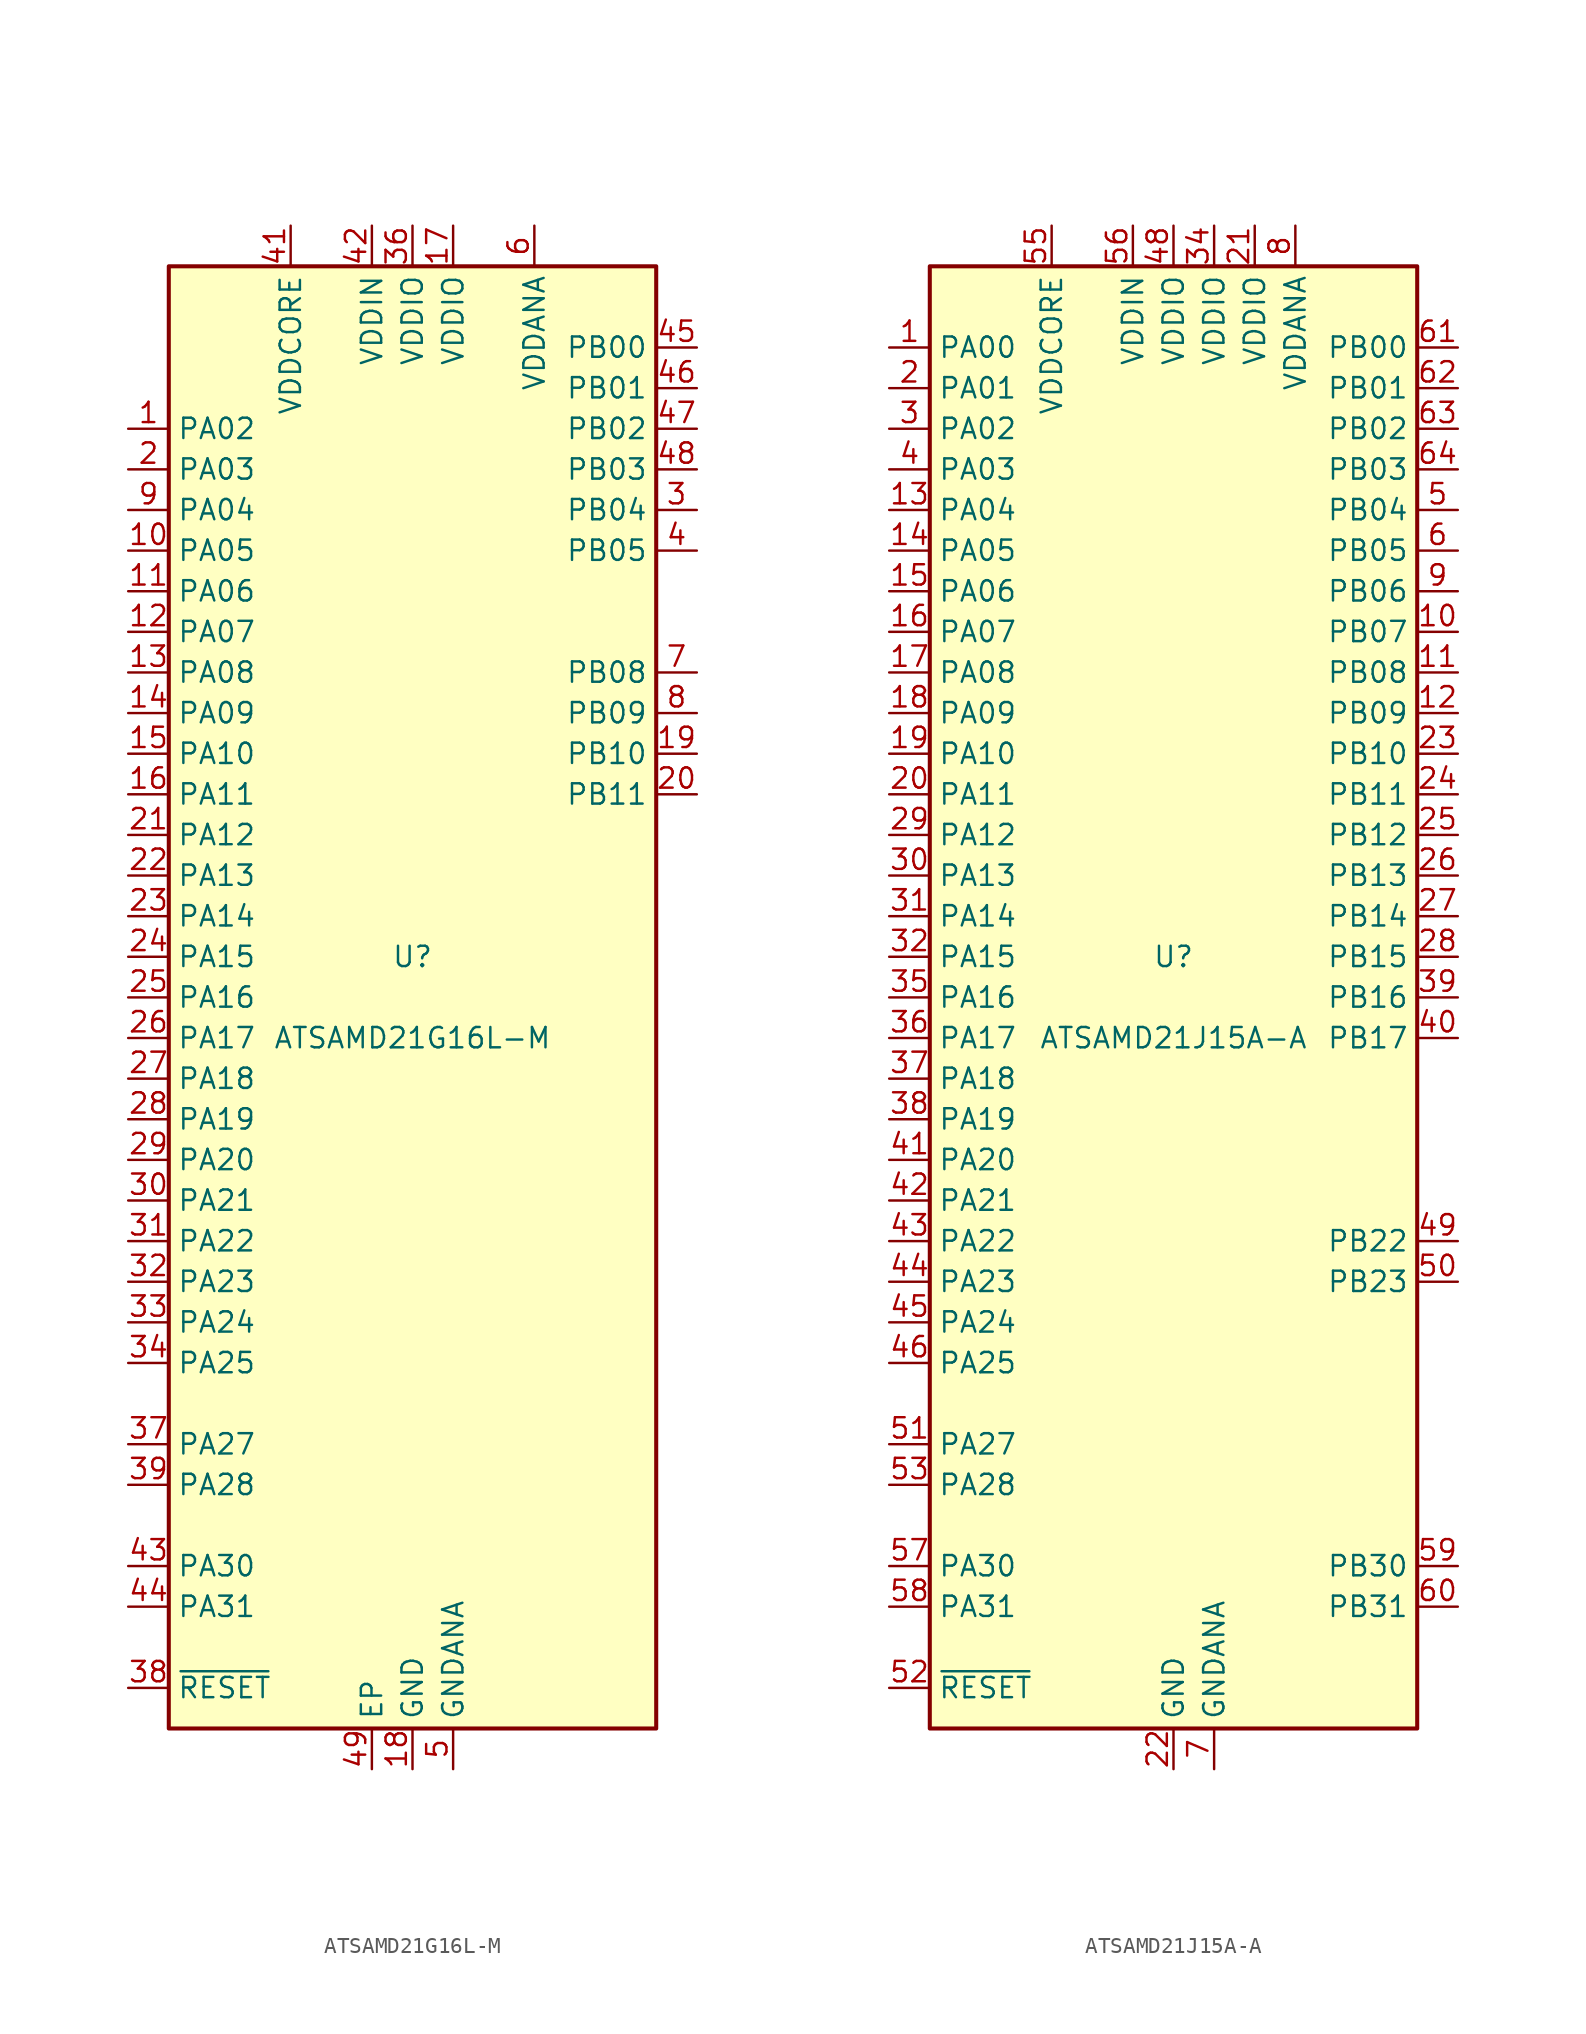
<source format=kicad_sym>
(kicad_symbol_lib
  (version 20231120)
  (generator "kicad_symbol_editor")
  (generator_version "8.0")
  (symbol "ATSAMD21G16L-M"
    (property "Reference" "U"
      (at 0 2.54 0)
      (effects (font (size 1.27 1.27))))
    (property "Value" "ATSAMD21G16L-M"
      (at 0 -2.54 0)
      (effects (font (size 1.27 1.27))))
    (symbol "ATSAMD21G16L-M_0_1"
      (rectangle (start -15.24 45.72) (end 15.24 -45.72) (stroke (width 0.254) (type default)) (fill (type background))))
    (symbol "ATSAMD21G16L-M_1_1"
      (pin bidirectional line (at -17.78 35.56 0) (length 2.54) (name "PA02" (effects (font (size 1.27 1.27)))) (number "1" (effects (font (size 1.27 1.27)))))
      (pin bidirectional line (at -17.78 27.94 0) (length 2.54) (name "PA05" (effects (font (size 1.27 1.27)))) (number "10" (effects (font (size 1.27 1.27)))))
      (pin bidirectional line (at -17.78 25.4 0) (length 2.54) (name "PA06" (effects (font (size 1.27 1.27)))) (number "11" (effects (font (size 1.27 1.27)))))
      (pin bidirectional line (at -17.78 22.86 0) (length 2.54) (name "PA07" (effects (font (size 1.27 1.27)))) (number "12" (effects (font (size 1.27 1.27)))))
      (pin bidirectional line (at -17.78 20.32 0) (length 2.54) (name "PA08" (effects (font (size 1.27 1.27)))) (number "13" (effects (font (size 1.27 1.27)))))
      (pin bidirectional line (at -17.78 17.78 0) (length 2.54) (name "PA09" (effects (font (size 1.27 1.27)))) (number "14" (effects (font (size 1.27 1.27)))))
      (pin bidirectional line (at -17.78 15.24 0) (length 2.54) (name "PA10" (effects (font (size 1.27 1.27)))) (number "15" (effects (font (size 1.27 1.27)))))
      (pin bidirectional line (at -17.78 12.7 0) (length 2.54) (name "PA11" (effects (font (size 1.27 1.27)))) (number "16" (effects (font (size 1.27 1.27)))))
      (pin power_in line (at 2.54 48.26 270) (length 2.54) (name "VDDIO" (effects (font (size 1.27 1.27)))) (number "17" (effects (font (size 1.27 1.27)))))
      (pin power_in line (at 0 -48.26 90) (length 2.54) (name "GND" (effects (font (size 1.27 1.27)))) (number "18" (effects (font (size 1.27 1.27)))))
      (pin bidirectional line (at 17.78 15.24 180) (length 2.54) (name "PB10" (effects (font (size 1.27 1.27)))) (number "19" (effects (font (size 1.27 1.27)))))
      (pin bidirectional line (at -17.78 33.02 0) (length 2.54) (name "PA03" (effects (font (size 1.27 1.27)))) (number "2" (effects (font (size 1.27 1.27)))))
      (pin bidirectional line (at 17.78 12.7 180) (length 2.54) (name "PB11" (effects (font (size 1.27 1.27)))) (number "20" (effects (font (size 1.27 1.27)))))
      (pin bidirectional line (at -17.78 10.16 0) (length 2.54) (name "PA12" (effects (font (size 1.27 1.27)))) (number "21" (effects (font (size 1.27 1.27)))))
      (pin bidirectional line (at -17.78 7.62 0) (length 2.54) (name "PA13" (effects (font (size 1.27 1.27)))) (number "22" (effects (font (size 1.27 1.27)))))
      (pin bidirectional line (at -17.78 5.08 0) (length 2.54) (name "PA14" (effects (font (size 1.27 1.27)))) (number "23" (effects (font (size 1.27 1.27)))))
      (pin bidirectional line (at -17.78 2.54 0) (length 2.54) (name "PA15" (effects (font (size 1.27 1.27)))) (number "24" (effects (font (size 1.27 1.27)))))
      (pin bidirectional line (at -17.78 0 0) (length 2.54) (name "PA16" (effects (font (size 1.27 1.27)))) (number "25" (effects (font (size 1.27 1.27)))))
      (pin bidirectional line (at -17.78 -2.54 0) (length 2.54) (name "PA17" (effects (font (size 1.27 1.27)))) (number "26" (effects (font (size 1.27 1.27)))))
      (pin bidirectional line (at -17.78 -5.08 0) (length 2.54) (name "PA18" (effects (font (size 1.27 1.27)))) (number "27" (effects (font (size 1.27 1.27)))))
      (pin bidirectional line (at -17.78 -7.62 0) (length 2.54) (name "PA19" (effects (font (size 1.27 1.27)))) (number "28" (effects (font (size 1.27 1.27)))))
      (pin bidirectional line (at -17.78 -10.16 0) (length 2.54) (name "PA20" (effects (font (size 1.27 1.27)))) (number "29" (effects (font (size 1.27 1.27)))))
      (pin bidirectional line (at 17.78 30.48 180) (length 2.54) (name "PB04" (effects (font (size 1.27 1.27)))) (number "3" (effects (font (size 1.27 1.27)))))
      (pin bidirectional line (at -17.78 -12.7 0) (length 2.54) (name "PA21" (effects (font (size 1.27 1.27)))) (number "30" (effects (font (size 1.27 1.27)))))
      (pin bidirectional line (at -17.78 -15.24 0) (length 2.54) (name "PA22" (effects (font (size 1.27 1.27)))) (number "31" (effects (font (size 1.27 1.27)))))
      (pin bidirectional line (at -17.78 -17.78 0) (length 2.54) (name "PA23" (effects (font (size 1.27 1.27)))) (number "32" (effects (font (size 1.27 1.27)))))
      (pin bidirectional line (at -17.78 -20.32 0) (length 2.54) (name "PA24" (effects (font (size 1.27 1.27)))) (number "33" (effects (font (size 1.27 1.27)))))
      (pin bidirectional line (at -17.78 -22.86 0) (length 2.54) (name "PA25" (effects (font (size 1.27 1.27)))) (number "34" (effects (font (size 1.27 1.27)))))
      (pin passive line (at 0 -48.26 90) (length 2.54) hide (name "GND" (effects (font (size 1.27 1.27)))) (number "35" (effects (font (size 1.27 1.27)))))
      (pin power_in line (at 0 48.26 270) (length 2.54) (name "VDDIO" (effects (font (size 1.27 1.27)))) (number "36" (effects (font (size 1.27 1.27)))))
      (pin bidirectional line (at -17.78 -27.94 0) (length 2.54) (name "PA27" (effects (font (size 1.27 1.27)))) (number "37" (effects (font (size 1.27 1.27)))))
      (pin input line (at -17.78 -43.18 0) (length 2.54) (name "~{RESET}" (effects (font (size 1.27 1.27)))) (number "38" (effects (font (size 1.27 1.27)))))
      (pin bidirectional line (at -17.78 -30.48 0) (length 2.54) (name "PA28" (effects (font (size 1.27 1.27)))) (number "39" (effects (font (size 1.27 1.27)))))
      (pin bidirectional line (at 17.78 27.94 180) (length 2.54) (name "PB05" (effects (font (size 1.27 1.27)))) (number "4" (effects (font (size 1.27 1.27)))))
      (pin passive line (at 0 -48.26 90) (length 2.54) hide (name "GND" (effects (font (size 1.27 1.27)))) (number "40" (effects (font (size 1.27 1.27)))))
      (pin power_out line (at -7.62 48.26 270) (length 2.54) (name "VDDCORE" (effects (font (size 1.27 1.27)))) (number "41" (effects (font (size 1.27 1.27)))))
      (pin power_in line (at -2.54 48.26 270) (length 2.54) (name "VDDIN" (effects (font (size 1.27 1.27)))) (number "42" (effects (font (size 1.27 1.27)))))
      (pin bidirectional line (at -17.78 -35.56 0) (length 2.54) (name "PA30" (effects (font (size 1.27 1.27)))) (number "43" (effects (font (size 1.27 1.27)))))
      (pin bidirectional line (at -17.78 -38.1 0) (length 2.54) (name "PA31" (effects (font (size 1.27 1.27)))) (number "44" (effects (font (size 1.27 1.27)))))
      (pin bidirectional line (at 17.78 40.64 180) (length 2.54) (name "PB00" (effects (font (size 1.27 1.27)))) (number "45" (effects (font (size 1.27 1.27)))))
      (pin bidirectional line (at 17.78 38.1 180) (length 2.54) (name "PB01" (effects (font (size 1.27 1.27)))) (number "46" (effects (font (size 1.27 1.27)))))
      (pin bidirectional line (at 17.78 35.56 180) (length 2.54) (name "PB02" (effects (font (size 1.27 1.27)))) (number "47" (effects (font (size 1.27 1.27)))))
      (pin bidirectional line (at 17.78 33.02 180) (length 2.54) (name "PB03" (effects (font (size 1.27 1.27)))) (number "48" (effects (font (size 1.27 1.27)))))
      (pin passive line (at -2.54 -48.26 90) (length 2.54) (name "EP" (effects (font (size 1.27 1.27)))) (number "49" (effects (font (size 1.27 1.27)))))
      (pin power_in line (at 2.54 -48.26 90) (length 2.54) (name "GNDANA" (effects (font (size 1.27 1.27)))) (number "5" (effects (font (size 1.27 1.27)))))
      (pin power_in line (at 7.62 48.26 270) (length 2.54) (name "VDDANA" (effects (font (size 1.27 1.27)))) (number "6" (effects (font (size 1.27 1.27)))))
      (pin bidirectional line (at 17.78 20.32 180) (length 2.54) (name "PB08" (effects (font (size 1.27 1.27)))) (number "7" (effects (font (size 1.27 1.27)))))
      (pin bidirectional line (at 17.78 17.78 180) (length 2.54) (name "PB09" (effects (font (size 1.27 1.27)))) (number "8" (effects (font (size 1.27 1.27)))))
      (pin bidirectional line (at -17.78 30.48 0) (length 2.54) (name "PA04" (effects (font (size 1.27 1.27)))) (number "9" (effects (font (size 1.27 1.27)))))))
  (symbol "ATSAMD21J15A-A"
    (property "Reference" "U"
      (at 0 2.54 0)
      (effects (font (size 1.27 1.27))))
    (property "Value" "ATSAMD21J15A-A"
      (at 0 -2.54 0)
      (effects (font (size 1.27 1.27))))
    (symbol "ATSAMD21J15A-A_0_1"
      (rectangle (start -15.24 45.72) (end 15.24 -45.72) (stroke (width 0.254) (type default)) (fill (type background))))
    (symbol "ATSAMD21J15A-A_1_1"
      (pin bidirectional line (at -17.78 40.64 0) (length 2.54) (name "PA00" (effects (font (size 1.27 1.27)))) (number "1" (effects (font (size 1.27 1.27)))))
      (pin bidirectional line (at 17.78 22.86 180) (length 2.54) (name "PB07" (effects (font (size 1.27 1.27)))) (number "10" (effects (font (size 1.27 1.27)))))
      (pin bidirectional line (at 17.78 20.32 180) (length 2.54) (name "PB08" (effects (font (size 1.27 1.27)))) (number "11" (effects (font (size 1.27 1.27)))))
      (pin bidirectional line (at 17.78 17.78 180) (length 2.54) (name "PB09" (effects (font (size 1.27 1.27)))) (number "12" (effects (font (size 1.27 1.27)))))
      (pin bidirectional line (at -17.78 30.48 0) (length 2.54) (name "PA04" (effects (font (size 1.27 1.27)))) (number "13" (effects (font (size 1.27 1.27)))))
      (pin bidirectional line (at -17.78 27.94 0) (length 2.54) (name "PA05" (effects (font (size 1.27 1.27)))) (number "14" (effects (font (size 1.27 1.27)))))
      (pin bidirectional line (at -17.78 25.4 0) (length 2.54) (name "PA06" (effects (font (size 1.27 1.27)))) (number "15" (effects (font (size 1.27 1.27)))))
      (pin bidirectional line (at -17.78 22.86 0) (length 2.54) (name "PA07" (effects (font (size 1.27 1.27)))) (number "16" (effects (font (size 1.27 1.27)))))
      (pin bidirectional line (at -17.78 20.32 0) (length 2.54) (name "PA08" (effects (font (size 1.27 1.27)))) (number "17" (effects (font (size 1.27 1.27)))))
      (pin bidirectional line (at -17.78 17.78 0) (length 2.54) (name "PA09" (effects (font (size 1.27 1.27)))) (number "18" (effects (font (size 1.27 1.27)))))
      (pin bidirectional line (at -17.78 15.24 0) (length 2.54) (name "PA10" (effects (font (size 1.27 1.27)))) (number "19" (effects (font (size 1.27 1.27)))))
      (pin bidirectional line (at -17.78 38.1 0) (length 2.54) (name "PA01" (effects (font (size 1.27 1.27)))) (number "2" (effects (font (size 1.27 1.27)))))
      (pin bidirectional line (at -17.78 12.7 0) (length 2.54) (name "PA11" (effects (font (size 1.27 1.27)))) (number "20" (effects (font (size 1.27 1.27)))))
      (pin power_in line (at 5.08 48.26 270) (length 2.54) (name "VDDIO" (effects (font (size 1.27 1.27)))) (number "21" (effects (font (size 1.27 1.27)))))
      (pin power_in line (at 0 -48.26 90) (length 2.54) (name "GND" (effects (font (size 1.27 1.27)))) (number "22" (effects (font (size 1.27 1.27)))))
      (pin bidirectional line (at 17.78 15.24 180) (length 2.54) (name "PB10" (effects (font (size 1.27 1.27)))) (number "23" (effects (font (size 1.27 1.27)))))
      (pin bidirectional line (at 17.78 12.7 180) (length 2.54) (name "PB11" (effects (font (size 1.27 1.27)))) (number "24" (effects (font (size 1.27 1.27)))))
      (pin bidirectional line (at 17.78 10.16 180) (length 2.54) (name "PB12" (effects (font (size 1.27 1.27)))) (number "25" (effects (font (size 1.27 1.27)))))
      (pin bidirectional line (at 17.78 7.62 180) (length 2.54) (name "PB13" (effects (font (size 1.27 1.27)))) (number "26" (effects (font (size 1.27 1.27)))))
      (pin bidirectional line (at 17.78 5.08 180) (length 2.54) (name "PB14" (effects (font (size 1.27 1.27)))) (number "27" (effects (font (size 1.27 1.27)))))
      (pin bidirectional line (at 17.78 2.54 180) (length 2.54) (name "PB15" (effects (font (size 1.27 1.27)))) (number "28" (effects (font (size 1.27 1.27)))))
      (pin bidirectional line (at -17.78 10.16 0) (length 2.54) (name "PA12" (effects (font (size 1.27 1.27)))) (number "29" (effects (font (size 1.27 1.27)))))
      (pin bidirectional line (at -17.78 35.56 0) (length 2.54) (name "PA02" (effects (font (size 1.27 1.27)))) (number "3" (effects (font (size 1.27 1.27)))))
      (pin bidirectional line (at -17.78 7.62 0) (length 2.54) (name "PA13" (effects (font (size 1.27 1.27)))) (number "30" (effects (font (size 1.27 1.27)))))
      (pin bidirectional line (at -17.78 5.08 0) (length 2.54) (name "PA14" (effects (font (size 1.27 1.27)))) (number "31" (effects (font (size 1.27 1.27)))))
      (pin bidirectional line (at -17.78 2.54 0) (length 2.54) (name "PA15" (effects (font (size 1.27 1.27)))) (number "32" (effects (font (size 1.27 1.27)))))
      (pin passive line (at 0 -48.26 90) (length 2.54) hide (name "GND" (effects (font (size 1.27 1.27)))) (number "33" (effects (font (size 1.27 1.27)))))
      (pin power_in line (at 2.54 48.26 270) (length 2.54) (name "VDDIO" (effects (font (size 1.27 1.27)))) (number "34" (effects (font (size 1.27 1.27)))))
      (pin bidirectional line (at -17.78 0 0) (length 2.54) (name "PA16" (effects (font (size 1.27 1.27)))) (number "35" (effects (font (size 1.27 1.27)))))
      (pin bidirectional line (at -17.78 -2.54 0) (length 2.54) (name "PA17" (effects (font (size 1.27 1.27)))) (number "36" (effects (font (size 1.27 1.27)))))
      (pin bidirectional line (at -17.78 -5.08 0) (length 2.54) (name "PA18" (effects (font (size 1.27 1.27)))) (number "37" (effects (font (size 1.27 1.27)))))
      (pin bidirectional line (at -17.78 -7.62 0) (length 2.54) (name "PA19" (effects (font (size 1.27 1.27)))) (number "38" (effects (font (size 1.27 1.27)))))
      (pin bidirectional line (at 17.78 0 180) (length 2.54) (name "PB16" (effects (font (size 1.27 1.27)))) (number "39" (effects (font (size 1.27 1.27)))))
      (pin bidirectional line (at -17.78 33.02 0) (length 2.54) (name "PA03" (effects (font (size 1.27 1.27)))) (number "4" (effects (font (size 1.27 1.27)))))
      (pin bidirectional line (at 17.78 -2.54 180) (length 2.54) (name "PB17" (effects (font (size 1.27 1.27)))) (number "40" (effects (font (size 1.27 1.27)))))
      (pin bidirectional line (at -17.78 -10.16 0) (length 2.54) (name "PA20" (effects (font (size 1.27 1.27)))) (number "41" (effects (font (size 1.27 1.27)))))
      (pin bidirectional line (at -17.78 -12.7 0) (length 2.54) (name "PA21" (effects (font (size 1.27 1.27)))) (number "42" (effects (font (size 1.27 1.27)))))
      (pin bidirectional line (at -17.78 -15.24 0) (length 2.54) (name "PA22" (effects (font (size 1.27 1.27)))) (number "43" (effects (font (size 1.27 1.27)))))
      (pin bidirectional line (at -17.78 -17.78 0) (length 2.54) (name "PA23" (effects (font (size 1.27 1.27)))) (number "44" (effects (font (size 1.27 1.27)))))
      (pin bidirectional line (at -17.78 -20.32 0) (length 2.54) (name "PA24" (effects (font (size 1.27 1.27)))) (number "45" (effects (font (size 1.27 1.27)))))
      (pin bidirectional line (at -17.78 -22.86 0) (length 2.54) (name "PA25" (effects (font (size 1.27 1.27)))) (number "46" (effects (font (size 1.27 1.27)))))
      (pin passive line (at 0 -48.26 90) (length 2.54) hide (name "GND" (effects (font (size 1.27 1.27)))) (number "47" (effects (font (size 1.27 1.27)))))
      (pin power_in line (at 0 48.26 270) (length 2.54) (name "VDDIO" (effects (font (size 1.27 1.27)))) (number "48" (effects (font (size 1.27 1.27)))))
      (pin bidirectional line (at 17.78 -15.24 180) (length 2.54) (name "PB22" (effects (font (size 1.27 1.27)))) (number "49" (effects (font (size 1.27 1.27)))))
      (pin bidirectional line (at 17.78 30.48 180) (length 2.54) (name "PB04" (effects (font (size 1.27 1.27)))) (number "5" (effects (font (size 1.27 1.27)))))
      (pin bidirectional line (at 17.78 -17.78 180) (length 2.54) (name "PB23" (effects (font (size 1.27 1.27)))) (number "50" (effects (font (size 1.27 1.27)))))
      (pin bidirectional line (at -17.78 -27.94 0) (length 2.54) (name "PA27" (effects (font (size 1.27 1.27)))) (number "51" (effects (font (size 1.27 1.27)))))
      (pin input line (at -17.78 -43.18 0) (length 2.54) (name "~{RESET}" (effects (font (size 1.27 1.27)))) (number "52" (effects (font (size 1.27 1.27)))))
      (pin bidirectional line (at -17.78 -30.48 0) (length 2.54) (name "PA28" (effects (font (size 1.27 1.27)))) (number "53" (effects (font (size 1.27 1.27)))))
      (pin passive line (at 0 -48.26 90) (length 2.54) hide (name "GND" (effects (font (size 1.27 1.27)))) (number "54" (effects (font (size 1.27 1.27)))))
      (pin power_out line (at -7.62 48.26 270) (length 2.54) (name "VDDCORE" (effects (font (size 1.27 1.27)))) (number "55" (effects (font (size 1.27 1.27)))))
      (pin power_in line (at -2.54 48.26 270) (length 2.54) (name "VDDIN" (effects (font (size 1.27 1.27)))) (number "56" (effects (font (size 1.27 1.27)))))
      (pin bidirectional line (at -17.78 -35.56 0) (length 2.54) (name "PA30" (effects (font (size 1.27 1.27)))) (number "57" (effects (font (size 1.27 1.27)))))
      (pin bidirectional line (at -17.78 -38.1 0) (length 2.54) (name "PA31" (effects (font (size 1.27 1.27)))) (number "58" (effects (font (size 1.27 1.27)))))
      (pin bidirectional line (at 17.78 -35.56 180) (length 2.54) (name "PB30" (effects (font (size 1.27 1.27)))) (number "59" (effects (font (size 1.27 1.27)))))
      (pin bidirectional line (at 17.78 27.94 180) (length 2.54) (name "PB05" (effects (font (size 1.27 1.27)))) (number "6" (effects (font (size 1.27 1.27)))))
      (pin bidirectional line (at 17.78 -38.1 180) (length 2.54) (name "PB31" (effects (font (size 1.27 1.27)))) (number "60" (effects (font (size 1.27 1.27)))))
      (pin bidirectional line (at 17.78 40.64 180) (length 2.54) (name "PB00" (effects (font (size 1.27 1.27)))) (number "61" (effects (font (size 1.27 1.27)))))
      (pin bidirectional line (at 17.78 38.1 180) (length 2.54) (name "PB01" (effects (font (size 1.27 1.27)))) (number "62" (effects (font (size 1.27 1.27)))))
      (pin bidirectional line (at 17.78 35.56 180) (length 2.54) (name "PB02" (effects (font (size 1.27 1.27)))) (number "63" (effects (font (size 1.27 1.27)))))
      (pin bidirectional line (at 17.78 33.02 180) (length 2.54) (name "PB03" (effects (font (size 1.27 1.27)))) (number "64" (effects (font (size 1.27 1.27)))))
      (pin power_in line (at 2.54 -48.26 90) (length 2.54) (name "GNDANA" (effects (font (size 1.27 1.27)))) (number "7" (effects (font (size 1.27 1.27)))))
      (pin power_in line (at 7.62 48.26 270) (length 2.54) (name "VDDANA" (effects (font (size 1.27 1.27)))) (number "8" (effects (font (size 1.27 1.27)))))
      (pin bidirectional line (at 17.78 25.4 180) (length 2.54) (name "PB06" (effects (font (size 1.27 1.27)))) (number "9" (effects (font (size 1.27 1.27))))))))
</source>
